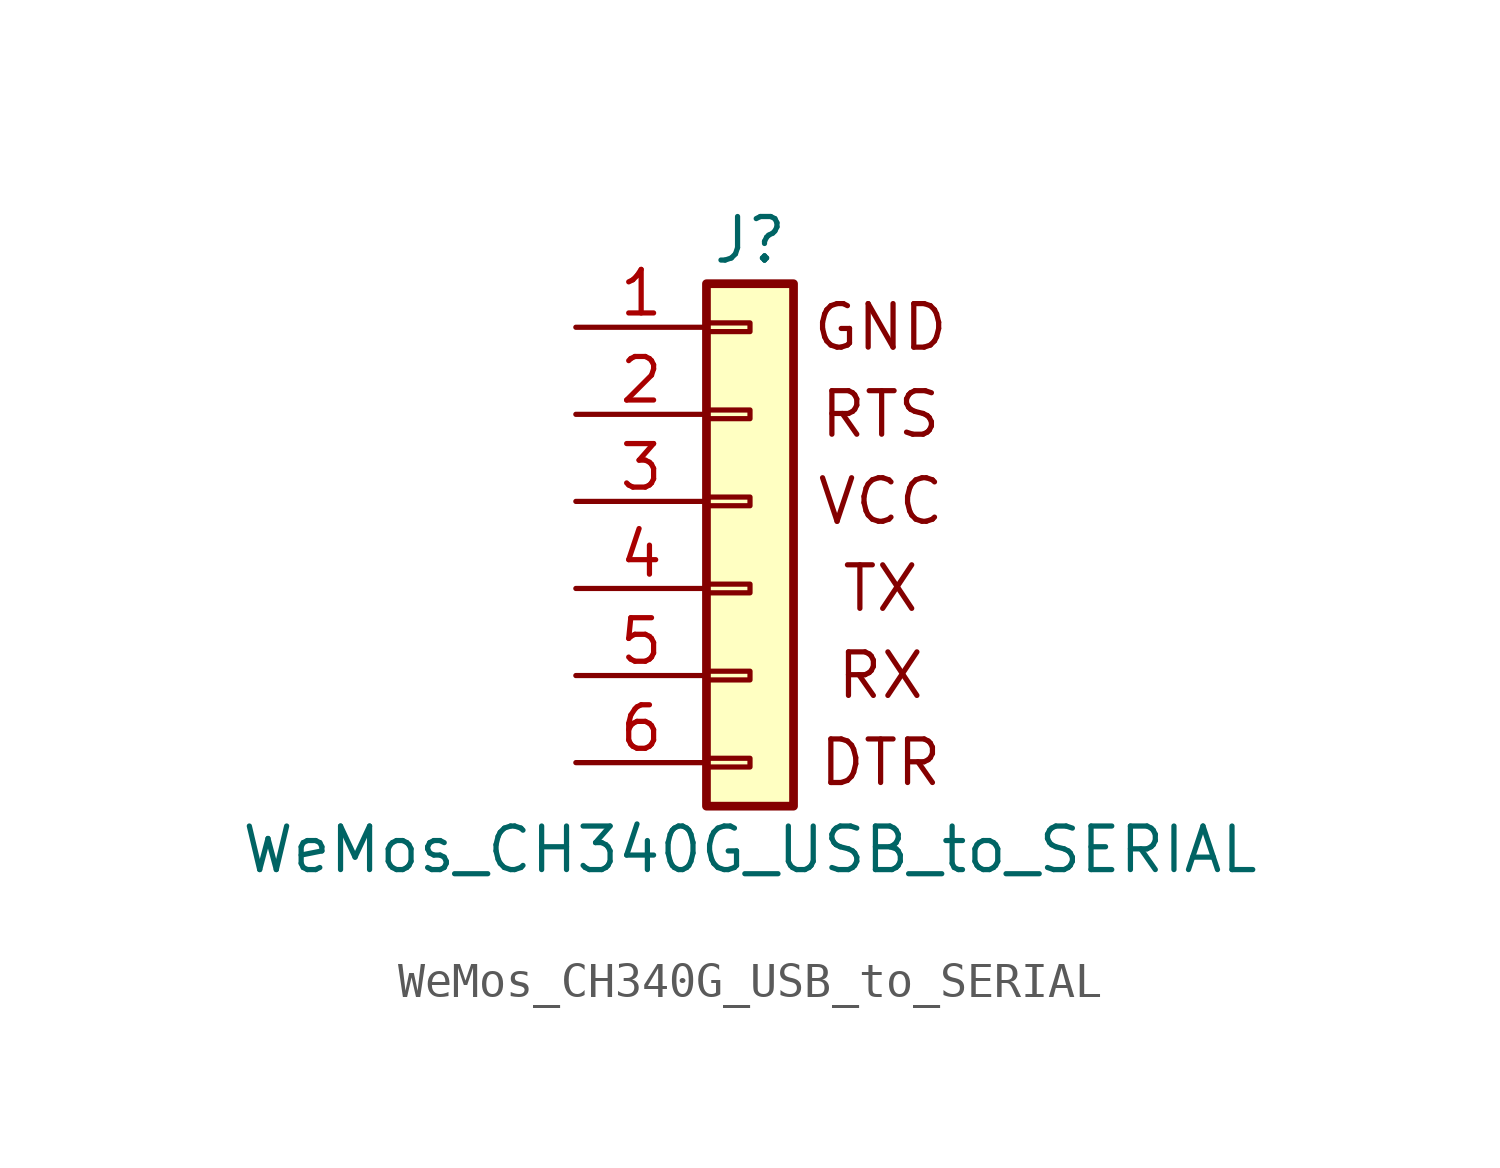
<source format=kicad_sym>
(kicad_symbol_lib
  (version 20220914)
  (generator kicad_symbol_editor)
  (symbol "WeMos_CH340G_USB_to_SERIAL"
    (pin_names
      (offset 1.016) hide)
    (property "Reference" "J"
      (at 0 7.62 0)
      (effects (font (size 1.27 1.27))))
    (property "Value" "WeMos_CH340G_USB_to_SERIAL"
      (at 0 -10.16 0)
      (effects (font (size 1.27 1.27))))
    (symbol "WeMos_CH340G_USB_to_SERIAL_1_1"
      (rectangle (start -1.27 -7.493) (end 0 -7.747) (stroke (width 0.152) (type default)) (fill (type none)))
      (rectangle (start -1.27 -4.953) (end 0 -5.207) (stroke (width 0.152) (type default)) (fill (type none)))
      (rectangle (start -1.27 -2.413) (end 0 -2.667) (stroke (width 0.152) (type default)) (fill (type none)))
      (rectangle (start -1.27 0.127) (end 0 -0.127) (stroke (width 0.152) (type default)) (fill (type none)))
      (rectangle (start -1.27 2.667) (end 0 2.413) (stroke (width 0.152) (type default)) (fill (type none)))
      (rectangle (start -1.27 5.207) (end 0 4.953) (stroke (width 0.152) (type default)) (fill (type none)))
      (rectangle (start -1.27 6.35) (end 1.27 -8.89) (stroke (width 0.254) (type default)) (fill (type background)))
      (text "DTR" (at 3.81 -7.62 0) (effects (font (size 1.27 1.27))))
      (text "GND" (at 3.81 5.08 0) (effects (font (size 1.27 1.27))))
      (text "RTS" (at 3.81 2.54 0) (effects (font (size 1.27 1.27))))
      (text "RX" (at 3.81 -5.08 0) (effects (font (size 1.27 1.27))))
      (text "TX" (at 3.81 -2.54 0) (effects (font (size 1.27 1.27))))
      (text "VCC" (at 3.81 0 0) (effects (font (size 1.27 1.27))))
      (pin passive line (at -5.08 5.08 0) (length 3.81) (name "Pin_1" (effects (font (size 1.27 1.27)))) (number "1" (effects (font (size 1.27 1.27)))))
      (pin passive line (at -5.08 2.54 0) (length 3.81) (name "Pin_2" (effects (font (size 1.27 1.27)))) (number "2" (effects (font (size 1.27 1.27)))))
      (pin passive line (at -5.08 0 0) (length 3.81) (name "Pin_3" (effects (font (size 1.27 1.27)))) (number "3" (effects (font (size 1.27 1.27)))))
      (pin passive line (at -5.08 -2.54 0) (length 3.81) (name "Pin_4" (effects (font (size 1.27 1.27)))) (number "4" (effects (font (size 1.27 1.27)))))
      (pin passive line (at -5.08 -5.08 0) (length 3.81) (name "Pin_5" (effects (font (size 1.27 1.27)))) (number "5" (effects (font (size 1.27 1.27)))))
      (pin passive line (at -5.08 -7.62 0) (length 3.81) (name "Pin_6" (effects (font (size 1.27 1.27)))) (number "6" (effects (font (size 1.27 1.27))))))))
</source>
